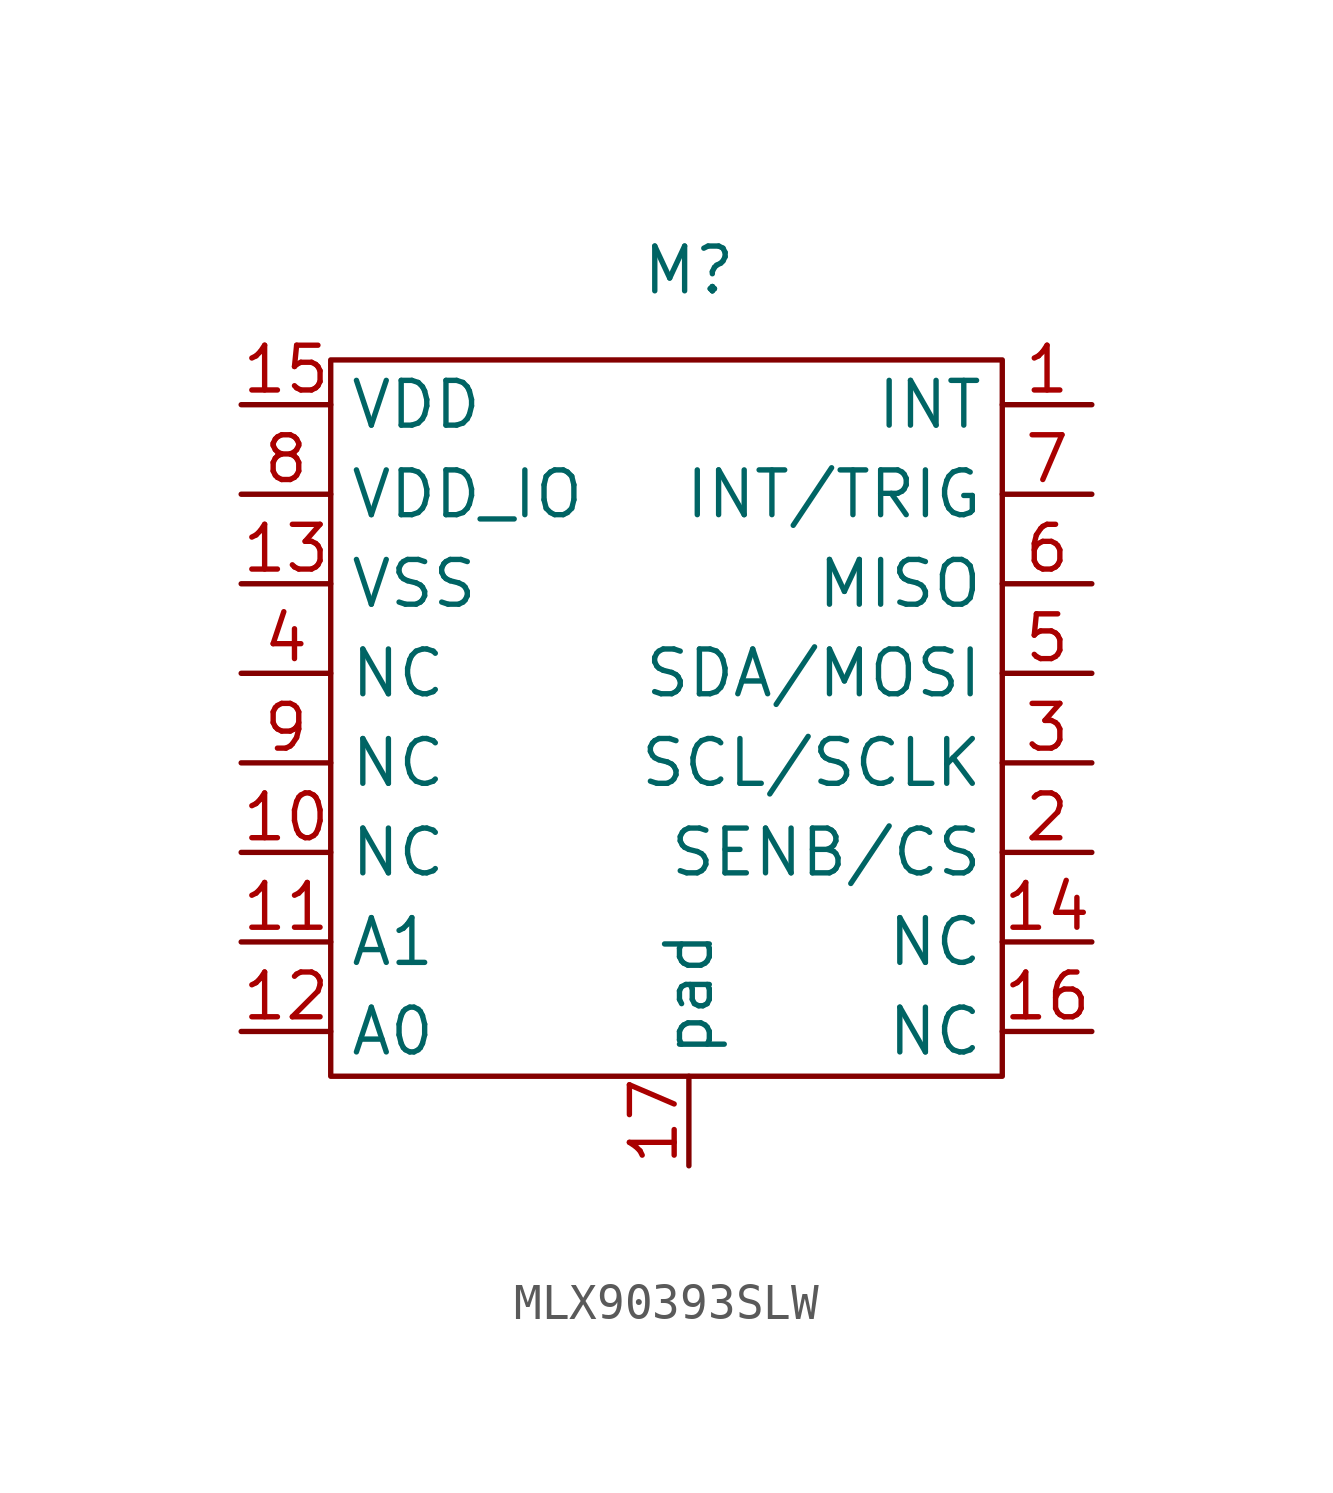
<source format=kicad_sym>
(kicad_symbol_lib
  (version 20220914)
  (generator kicad_symbol_editor)
  (symbol "MLX90393SLW"
    (property "Reference" "M"
      (at 0 1.27 0)
      (effects (font (size 1.27 1.27))))
    (property "Value" ""
      (at 1.27 0 0)
      (effects (font (size 1.27 1.27))))
    (symbol "MLX90393SLW_0_1"
      (polyline (pts (xy -10.16 -21.59) (xy -10.16 -1.27) (xy 8.89 -1.27) (xy 8.89 -21.59) (xy -10.16 -21.59)) (stroke (width 0) (type default)) (fill (type none))))
    (symbol "MLX90393SLW_1_1"
      (pin output line (at 11.43 -2.54 180) (length 2.54) (name "INT" (effects (font (size 1.27 1.27)))) (number "1" (effects (font (size 1.27 1.27)))))
      (pin passive line (at -12.7 -15.24 0) (length 2.54) (name "NC" (effects (font (size 1.27 1.27)))) (number "10" (effects (font (size 1.27 1.27)))))
      (pin passive line (at -12.7 -17.78 0) (length 2.54) (name "A1" (effects (font (size 1.27 1.27)))) (number "11" (effects (font (size 1.27 1.27)))))
      (pin passive line (at -12.7 -20.32 0) (length 2.54) (name "A0" (effects (font (size 1.27 1.27)))) (number "12" (effects (font (size 1.27 1.27)))))
      (pin passive line (at -12.7 -7.62 0) (length 2.54) (name "VSS" (effects (font (size 1.27 1.27)))) (number "13" (effects (font (size 1.27 1.27)))))
      (pin passive line (at 11.43 -17.78 180) (length 2.54) (name "NC" (effects (font (size 1.27 1.27)))) (number "14" (effects (font (size 1.27 1.27)))))
      (pin power_in line (at -12.7 -2.54 0) (length 2.54) (name "VDD" (effects (font (size 1.27 1.27)))) (number "15" (effects (font (size 1.27 1.27)))))
      (pin passive line (at 11.43 -20.32 180) (length 2.54) (name "NC" (effects (font (size 1.27 1.27)))) (number "16" (effects (font (size 1.27 1.27)))))
      (pin passive line (at 0 -24.13 90) (length 2.54) (name "pad" (effects (font (size 1.27 1.27)))) (number "17" (effects (font (size 1.27 1.27)))))
      (pin input line (at 11.43 -15.24 180) (length 2.54) (name "SENB/CS" (effects (font (size 1.27 1.27)))) (number "2" (effects (font (size 1.27 1.27)))))
      (pin input line (at 11.43 -12.7 180) (length 2.54) (name "SCL/SCLK" (effects (font (size 1.27 1.27)))) (number "3" (effects (font (size 1.27 1.27)))))
      (pin passive line (at -12.7 -10.16 0) (length 2.54) (name "NC" (effects (font (size 1.27 1.27)))) (number "4" (effects (font (size 1.27 1.27)))))
      (pin bidirectional line (at 11.43 -10.16 180) (length 2.54) (name "SDA/MOSI" (effects (font (size 1.27 1.27)))) (number "5" (effects (font (size 1.27 1.27)))))
      (pin output line (at 11.43 -7.62 180) (length 2.54) (name "MISO" (effects (font (size 1.27 1.27)))) (number "6" (effects (font (size 1.27 1.27)))))
      (pin bidirectional line (at 11.43 -5.08 180) (length 2.54) (name "INT/TRIG" (effects (font (size 1.27 1.27)))) (number "7" (effects (font (size 1.27 1.27)))))
      (pin power_in line (at -12.7 -5.08 0) (length 2.54) (name "VDD_IO" (effects (font (size 1.27 1.27)))) (number "8" (effects (font (size 1.27 1.27)))))
      (pin passive line (at -12.7 -12.7 0) (length 2.54) (name "NC" (effects (font (size 1.27 1.27)))) (number "9" (effects (font (size 1.27 1.27))))))))
</source>
